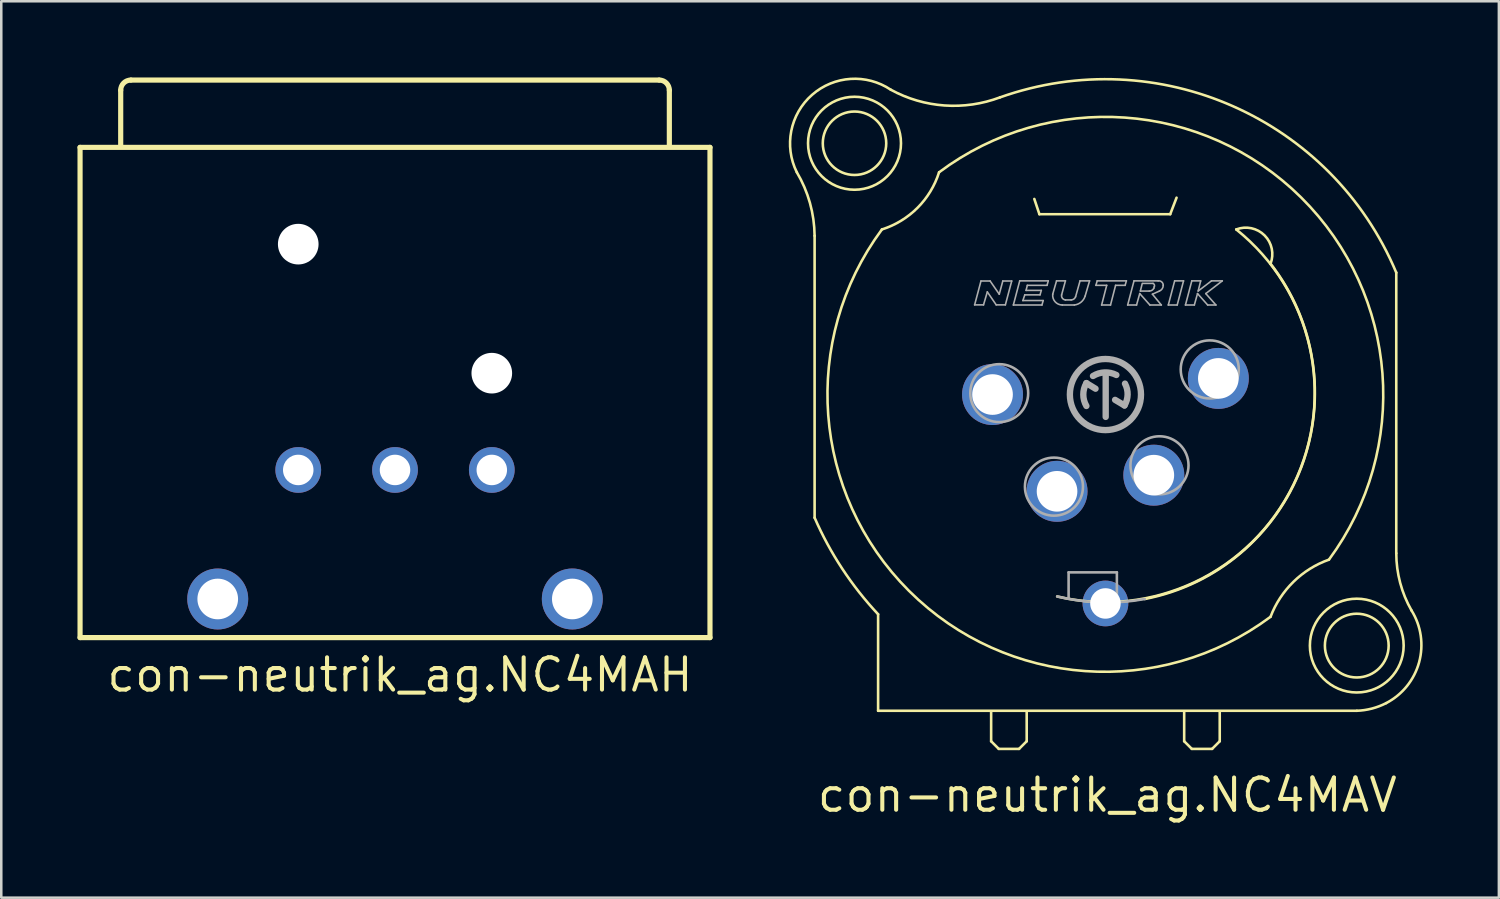
<source format=kicad_pcb>
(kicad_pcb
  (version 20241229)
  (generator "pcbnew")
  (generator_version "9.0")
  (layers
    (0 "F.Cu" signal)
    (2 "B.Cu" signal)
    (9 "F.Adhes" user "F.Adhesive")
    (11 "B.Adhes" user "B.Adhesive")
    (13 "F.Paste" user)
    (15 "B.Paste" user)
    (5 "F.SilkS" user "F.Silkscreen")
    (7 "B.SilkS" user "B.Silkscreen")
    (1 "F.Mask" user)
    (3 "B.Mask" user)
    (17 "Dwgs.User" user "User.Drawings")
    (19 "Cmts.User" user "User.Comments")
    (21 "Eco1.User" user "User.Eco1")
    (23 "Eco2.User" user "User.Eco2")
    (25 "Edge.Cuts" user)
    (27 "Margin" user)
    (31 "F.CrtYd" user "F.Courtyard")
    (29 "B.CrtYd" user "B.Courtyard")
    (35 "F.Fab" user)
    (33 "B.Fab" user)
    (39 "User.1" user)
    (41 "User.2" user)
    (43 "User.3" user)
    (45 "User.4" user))
  (footprint "con-neutrik_ag.NC4MAV"
    (layer "F.Cu")
    (at 40.471 12.483)
    (property "Reference" "con-neutrik_ag.NC4MAV" (at -11.43 16.51 0) (layer "F.SilkS") (effects (font (size 1.27 1.27) (thickness 0.16)) (justify left bottom)))
    (attr through_hole)
    (fp_line (start -11.45 -6.25) (end -11.45 4.85) (stroke (width 0.102) (type default)) (layer "F.SilkS"))
    (fp_line (start -8.95 8.65) (end -8.95 12.45) (stroke (width 0.102) (type default)) (layer "F.SilkS"))
    (fp_line (start -8.95 12.45) (end 9.9 12.45) (stroke (width 0.102) (type default)) (layer "F.SilkS"))
    (fp_line (start -4.5 12.5) (end -4.5 13.65) (stroke (width 0.102) (type default)) (layer "F.SilkS"))
    (fp_line (start -4.5 13.65) (end -4.2 13.95) (stroke (width 0.102) (type default)) (layer "F.SilkS"))
    (fp_line (start -4.2 13.95) (end -3.4 13.95) (stroke (width 0.102) (type default)) (layer "F.SilkS"))
    (fp_line (start -3.4 13.95) (end -3.1 13.65) (stroke (width 0.102) (type default)) (layer "F.SilkS"))
    (fp_line (start -3.1 13.65) (end -3.1 12.5) (stroke (width 0.102) (type default)) (layer "F.SilkS"))
    (fp_line (start -2.8 -7.7) (end -2.6 -7.1) (stroke (width 0.102) (type default)) (layer "F.SilkS"))
    (fp_line (start -2.6 -7.1) (end 2.55 -7.1) (stroke (width 0.102) (type default)) (layer "F.SilkS"))
    (fp_line (start 2.55 -7.1) (end 2.8 -7.75) (stroke (width 0.102) (type default)) (layer "F.SilkS"))
    (fp_line (start 3.1 12.5) (end 3.1 13.65) (stroke (width 0.102) (type default)) (layer "F.SilkS"))
    (fp_line (start 3.1 13.65) (end 3.4 13.95) (stroke (width 0.102) (type default)) (layer "F.SilkS"))
    (fp_line (start 3.4 13.95) (end 4.2 13.95) (stroke (width 0.102) (type default)) (layer "F.SilkS"))
    (fp_line (start 4.2 13.95) (end 4.5 13.65) (stroke (width 0.102) (type default)) (layer "F.SilkS"))
    (fp_line (start 4.5 13.65) (end 4.5 12.5) (stroke (width 0.102) (type default)) (layer "F.SilkS"))
    (fp_line (start 11.45 6.25) (end 11.45 -4.8) (stroke (width 0.102) (type default)) (layer "F.SilkS"))
    (fp_arc (start -12.15 -8.75) (mid -11.634641 -7.5463) (end -11.45 -6.25) (stroke (width 0.1016) (type default)) (layer "F.SilkS"))
    (fp_arc (start -12.15 -8.75) (mid -11.550563 -11.798718) (end -8.45 -12) (stroke (width 0.1016) (type default)) (layer "F.SilkS"))
    (fp_arc (start -8.95 8.65) (mid -10.362445 6.856872) (end -11.45 4.85) (stroke (width 0.1016) (type default)) (layer "F.SilkS"))
    (fp_arc (start -6.55 -8.75) (mid -7.399996 -7.349996) (end -8.8 -6.5) (stroke (width 0.1016) (type default)) (layer "F.SilkS"))
    (fp_arc (start -6.55 -8.75) (mid 7.709647 -7.752825) (end 8.8 6.5) (stroke (width 0.1016) (type default)) (layer "F.SilkS"))
    (fp_arc (start -4.15 -11.7) (mid -6.332781 -11.380141) (end -8.45 -12) (stroke (width 0.1016) (type default)) (layer "F.SilkS"))
    (fp_arc (start -4.15 -11.7) (mid 5.021613 -11.351038) (end 11.45 -4.8) (stroke (width 0.1016) (type default)) (layer "F.SilkS"))
    (fp_arc (start 5.15 -6.5) (mid 7.405722 3.545352) (end -1.9 7.95) (stroke (width 0.1016) (type default)) (layer "F.SilkS"))
    (fp_arc (start 5.15 -6.5) (mid 6.265153 -6.265153) (end 6.5 -5.15) (stroke (width 0.1016) (type default)) (layer "F.SilkS"))
    (fp_arc (start 6.5 -5.15) (mid 7.719786 2.835545) (end 1.55 8.05) (stroke (width 0.1016) (type default)) (layer "F.SilkS"))
    (fp_arc (start 6.5 8.75) (mid -7.733301 7.729886) (end -8.8 -6.5) (stroke (width 0.1016) (type default)) (layer "F.SilkS"))
    (fp_arc (start 6.5 8.75) (mid 7.402461 7.37196) (end 8.8 6.5) (stroke (width 0.1016) (type default)) (layer "F.SilkS"))
    (fp_arc (start 11.05 12.15) (mid 10.491533 12.363377) (end 9.9 12.45) (stroke (width 0.1016) (type default)) (layer "F.SilkS"))
    (fp_arc (start 12.05 8.5) (mid 12.348211 10.543688) (end 11.05 12.15) (stroke (width 0.1016) (type default)) (layer "F.SilkS"))
    (fp_arc (start 12.05 8.5) (mid 11.603713 7.41401) (end 11.45 6.25) (stroke (width 0.1016) (type default)) (layer "F.SilkS"))
    (fp_circle (center -9.879 -9.893) (end -8.63 -9.893) (stroke (width 0.102) (type default)) (fill no) (layer "F.SilkS"))
    (fp_circle (center -9.879 -9.893) (end -8.049 -9.893) (stroke (width 0.102) (type default)) (fill no) (layer "F.SilkS"))
    (fp_circle (center 9.895 9.884) (end 11.15 9.884) (stroke (width 0.102) (type default)) (fill no) (layer "F.SilkS"))
    (fp_circle (center 9.895 9.884) (end 11.741 9.884) (stroke (width 0.102) (type default)) (fill no) (layer "F.SilkS"))
    (fp_line (start -5.15 -3.53) (end -4.9 -4.47) (stroke (width 0.063) (type default)) (layer "F.Fab"))
    (fp_line (start -4.9 -4.47) (end -4.54 -4.47) (stroke (width 0.063) (type default)) (layer "F.Fab"))
    (fp_line (start -4.8 -3.53) (end -5.15 -3.53) (stroke (width 0.063) (type default)) (layer "F.Fab"))
    (fp_line (start -4.65 -4.04) (end -4.8 -3.53) (stroke (width 0.063) (type default)) (layer "F.Fab"))
    (fp_line (start -4.54 -4.47) (end -4.18 -3.95) (stroke (width 0.063) (type default)) (layer "F.Fab"))
    (fp_line (start -4.3 -3.53) (end -4.65 -4.04) (stroke (width 0.063) (type default)) (layer "F.Fab"))
    (fp_line (start -4.18 -3.95) (end -4.04 -4.47) (stroke (width 0.063) (type default)) (layer "F.Fab"))
    (fp_line (start -4.04 -4.47) (end -3.69 -4.47) (stroke (width 0.063) (type default)) (layer "F.Fab"))
    (fp_line (start -3.94 -3.53) (end -4.3 -3.53) (stroke (width 0.063) (type default)) (layer "F.Fab"))
    (fp_line (start -3.69 -4.47) (end -3.94 -3.53) (stroke (width 0.063) (type default)) (layer "F.Fab"))
    (fp_line (start -3.625 -3.525) (end -3.375 -4.475) (stroke (width 0.063) (type default)) (layer "F.Fab"))
    (fp_line (start -3.375 -4.475) (end -2.25 -4.475) (stroke (width 0.063) (type default)) (layer "F.Fab"))
    (fp_line (start -3.25 -3.7) (end -2.45 -3.7) (stroke (width 0.063) (type default)) (layer "F.Fab"))
    (fp_line (start -3.175 -3.925) (end -3.25 -3.7) (stroke (width 0.063) (type default)) (layer "F.Fab"))
    (fp_line (start -3.125 -4.1) (end -2.525 -4.1) (stroke (width 0.063) (type default)) (layer "F.Fab"))
    (fp_line (start -3.075 -4.3) (end -3.125 -4.1) (stroke (width 0.063) (type default)) (layer "F.Fab"))
    (fp_line (start -2.575 -3.925) (end -3.175 -3.925) (stroke (width 0.063) (type default)) (layer "F.Fab"))
    (fp_line (start -2.525 -4.1) (end -2.575 -3.925) (stroke (width 0.063) (type default)) (layer "F.Fab"))
    (fp_line (start -2.5 -3.525) (end -3.625 -3.525) (stroke (width 0.063) (type default)) (layer "F.Fab"))
    (fp_line (start -2.45 -3.7) (end -2.5 -3.525) (stroke (width 0.063) (type default)) (layer "F.Fab"))
    (fp_line (start -2.3 -4.3) (end -3.075 -4.3) (stroke (width 0.063) (type default)) (layer "F.Fab"))
    (fp_line (start -2.25 -4.475) (end -2.3 -4.3) (stroke (width 0.063) (type default)) (layer "F.Fab"))
    (fp_line (start -2.075 -3.95) (end -1.925 -4.475) (stroke (width 0.063) (type default)) (layer "F.Fab"))
    (fp_line (start -1.925 -4.475) (end -1.575 -4.475) (stroke (width 0.063) (type default)) (layer "F.Fab"))
    (fp_line (start -1.575 -4.475) (end -1.725 -3.925) (stroke (width 0.063) (type default)) (layer "F.Fab"))
    (fp_line (start -1.575 -3.725) (end -1.35 -3.725) (stroke (width 0.063) (type default)) (layer "F.Fab"))
    (fp_line (start -1.45 7) (end 0.45 7) (stroke (width 0.102) (type default)) (layer "F.Fab"))
    (fp_line (start -1.45 8) (end -1.45 7) (stroke (width 0.102) (type default)) (layer "F.Fab"))
    (fp_line (start -1.225 -3.525) (end -1.7 -3.525) (stroke (width 0.063) (type default)) (layer "F.Fab"))
    (fp_line (start -1.175 -3.85) (end -1 -4.475) (stroke (width 0.063) (type default)) (layer "F.Fab"))
    (fp_line (start -1 -4.475) (end -0.625 -4.475) (stroke (width 0.063) (type default)) (layer "F.Fab"))
    (fp_line (start -0.75 -0.45) (end -0.39 -0.23) (stroke (width 0.25) (type default)) (layer "F.Fab"))
    (fp_line (start -0.625 -4.475) (end -0.8 -3.875) (stroke (width 0.063) (type default)) (layer "F.Fab"))
    (fp_line (start -0.375 -4.3) (end -0.325 -4.475) (stroke (width 0.063) (type default)) (layer "F.Fab"))
    (fp_line (start -0.325 -4.475) (end 0.825 -4.475) (stroke (width 0.063) (type default)) (layer "F.Fab"))
    (fp_line (start -0.15 -3.525) (end 0.05 -4.3) (stroke (width 0.063) (type default)) (layer "F.Fab"))
    (fp_line (start 0.01 0.88) (end 0.01 -0.78) (stroke (width 0.25) (type default)) (layer "F.Fab"))
    (fp_line (start 0.05 -4.3) (end -0.375 -4.3) (stroke (width 0.063) (type default)) (layer "F.Fab"))
    (fp_line (start 0.2 -3.525) (end -0.15 -3.525) (stroke (width 0.063) (type default)) (layer "F.Fab"))
    (fp_line (start 0.38 0.21) (end 0.75 0.43) (stroke (width 0.25) (type default)) (layer "F.Fab"))
    (fp_line (start 0.4 -4.3) (end 0.2 -3.525) (stroke (width 0.063) (type default)) (layer "F.Fab"))
    (fp_line (start 0.45 7) (end 0.45 8.15) (stroke (width 0.102) (type default)) (layer "F.Fab"))
    (fp_line (start 0.775 -4.3) (end 0.4 -4.3) (stroke (width 0.063) (type default)) (layer "F.Fab"))
    (fp_line (start 0.825 -4.475) (end 0.775 -4.3) (stroke (width 0.063) (type default)) (layer "F.Fab"))
    (fp_line (start 0.875 -3.525) (end 1.125 -4.475) (stroke (width 0.063) (type default)) (layer "F.Fab"))
    (fp_line (start 1.125 -4.475) (end 2.075 -4.475) (stroke (width 0.063) (type default)) (layer "F.Fab"))
    (fp_line (start 1.225 -3.525) (end 0.875 -3.525) (stroke (width 0.063) (type default)) (layer "F.Fab"))
    (fp_line (start 1.35 -3.975) (end 1.225 -3.525) (stroke (width 0.063) (type default)) (layer "F.Fab"))
    (fp_line (start 1.375 -4.075) (end 1.725 -4.075) (stroke (width 0.063) (type default)) (layer "F.Fab"))
    (fp_line (start 1.45 -4.375) (end 1.375 -4.075) (stroke (width 0.063) (type default)) (layer "F.Fab"))
    (fp_line (start 1.75 -3.525) (end 1.35 -3.975) (stroke (width 0.063) (type default)) (layer "F.Fab"))
    (fp_line (start 1.85 -3.95) (end 2.2 -3.525) (stroke (width 0.063) (type default)) (layer "F.Fab"))
    (fp_line (start 1.875 -4.375) (end 1.475 -4.375) (stroke (width 0.063) (type default)) (layer "F.Fab"))
    (fp_line (start 1.9 -4.175) (end 1.925 -4.25) (stroke (width 0.063) (type default)) (layer "F.Fab"))
    (fp_line (start 2.125 -4.075) (end 1.85 -3.95) (stroke (width 0.063) (type default)) (layer "F.Fab"))
    (fp_line (start 2.2 -3.525) (end 1.75 -3.525) (stroke (width 0.063) (type default)) (layer "F.Fab"))
    (fp_line (start 2.475 -3.525) (end 2.725 -4.475) (stroke (width 0.063) (type default)) (layer "F.Fab"))
    (fp_line (start 2.725 -4.475) (end 3.075 -4.475) (stroke (width 0.063) (type default)) (layer "F.Fab"))
    (fp_line (start 2.825 -3.525) (end 2.475 -3.525) (stroke (width 0.063) (type default)) (layer "F.Fab"))
    (fp_line (start 3.075 -4.475) (end 2.825 -3.525) (stroke (width 0.063) (type default)) (layer "F.Fab"))
    (fp_line (start 3.15 -3.525) (end 3.5 -3.525) (stroke (width 0.063) (type default)) (layer "F.Fab"))
    (fp_line (start 3.4 -4.475) (end 3.15 -3.525) (stroke (width 0.063) (type default)) (layer "F.Fab"))
    (fp_line (start 3.5 -3.525) (end 3.625 -3.975) (stroke (width 0.063) (type default)) (layer "F.Fab"))
    (fp_line (start 3.625 -3.975) (end 4.025 -3.525) (stroke (width 0.063) (type default)) (layer "F.Fab"))
    (fp_line (start 3.65 -4.075) (end 3.75 -4.475) (stroke (width 0.063) (type default)) (layer "F.Fab"))
    (fp_line (start 3.75 -4.475) (end 3.4 -4.475) (stroke (width 0.063) (type default)) (layer "F.Fab"))
    (fp_line (start 3.95 -3.975) (end 4.6 -4.475) (stroke (width 0.063) (type default)) (layer "F.Fab"))
    (fp_line (start 4.025 -3.525) (end 4.35 -3.525) (stroke (width 0.063) (type default)) (layer "F.Fab"))
    (fp_line (start 4.175 -4.475) (end 3.65 -4.075) (stroke (width 0.063) (type default)) (layer "F.Fab"))
    (fp_line (start 4.35 -3.525) (end 3.95 -3.975) (stroke (width 0.063) (type default)) (layer "F.Fab"))
    (fp_line (start 4.6 -4.475) (end 4.175 -4.475) (stroke (width 0.063) (type default)) (layer "F.Fab"))
    (fp_arc (start -1.7 -3.525) (mid -1.982521 -3.653658) (end -2.075 -3.95) (stroke (width 0.0634) (type default)) (layer "F.Fab"))
    (fp_arc (start -1.575 -3.725) (mid -1.69424 -3.79182) (end -1.725 -3.925) (stroke (width 0.0634) (type default)) (layer "F.Fab"))
    (fp_arc (start -1.175 -3.85) (mid -1.243066 -3.760293) (end -1.35 -3.725) (stroke (width 0.0634) (type default)) (layer "F.Fab"))
    (fp_arc (start -0.8 -3.875) (mid -0.960299 -3.636613) (end -1.225 -3.525) (stroke (width 0.0634) (type default)) (layer "F.Fab"))
    (fp_arc (start -0.75 0.45) (mid -0.871403 0) (end -0.75 -0.45) (stroke (width 0.25) (type default)) (layer "F.Fab"))
    (fp_arc (start -0.49 -0.73) (mid -0.035246 -0.870662) (end 0.43 -0.77) (stroke (width 0.25) (type default)) (layer "F.Fab"))
    (fp_arc (start 0.77 -0.43) (mid 0.873225 0.002633) (end 0.75 0.43) (stroke (width 0.25) (type default)) (layer "F.Fab"))
    (fp_arc (start 1.55 8.05) (mid -0.180258 8.181418) (end -1.9 7.95) (stroke (width 0.1016) (type default)) (layer "F.Fab"))
    (fp_arc (start 1.875 -4.375) (mid 1.925888 -4.322855) (end 1.925 -4.25) (stroke (width 0.0634) (type default)) (layer "F.Fab"))
    (fp_arc (start 1.9 -4.175) (mid 1.82636 -4.100745) (end 1.725 -4.075) (stroke (width 0.0634) (type default)) (layer "F.Fab"))
    (fp_arc (start 2.075 -4.475) (mid 2.215618 -4.433921) (end 2.275 -4.3) (stroke (width 0.0634) (type default)) (layer "F.Fab"))
    (fp_arc (start 2.275 -4.3) (mid 2.235142 -4.164072) (end 2.125 -4.075) (stroke (width 0.0634) (type default)) (layer "F.Fab"))
    (fp_circle (center -4.181 -0.056) (end -3.041 -0.056) (stroke (width 0.102) (type default)) (fill no) (layer "F.Fab"))
    (fp_circle (center -2.027 3.626) (end -0.884 3.626) (stroke (width 0.102) (type default)) (fill no) (layer "F.Fab"))
    (fp_circle (center 0 0) (end 1.4 0) (stroke (width 0.25) (type default)) (fill no) (layer "F.Fab"))
    (fp_circle (center 2.128 2.786) (end 3.271 2.786) (stroke (width 0.102) (type default)) (fill no) (layer "F.Fab"))
    (fp_circle (center 4.107 -0.989) (end 5.25 -0.989) (stroke (width 0.102) (type default)) (fill no) (layer "F.Fab"))
    (pad "1" thru_hole circle (at -4.445 0) (size 2.4 2.4) (drill 1.6) (layers "*.Cu" "*.Mask"))
    (pad "2" thru_hole circle (at -1.905 3.81) (size 2.4 2.4) (drill 1.6) (layers "*.Cu" "*.Mask"))
    (pad "3" thru_hole circle (at 1.905 3.175) (size 2.4 2.4) (drill 1.6) (layers "*.Cu" "*.Mask"))
    (pad "4" thru_hole circle (at 4.445 -0.635) (size 2.4 2.4) (drill 1.6) (layers "*.Cu" "*.Mask"))
    (pad "G" thru_hole circle (at 0 8.225) (size 1.8 1.8) (drill 1.2) (layers "*.Cu" "*.Mask")))
  (footprint "con-neutrik_ag.NC4MAH"
    (layer "F.Cu")
    (at 12.502 20.452)
    (property "Reference" "con-neutrik_ag.NC4MAH" (at -11.43 3.81 0) (layer "F.SilkS") (effects (font (size 1.27 1.27) (thickness 0.16)) (justify left bottom)))
    (attr through_hole)
    (fp_line (start -12.4 -17.7) (end 12.4 -17.7) (stroke (width 0.203) (type default)) (layer "F.SilkS"))
    (fp_line (start -12.4 1.6) (end -12.4 -17.7) (stroke (width 0.203) (type default)) (layer "F.SilkS"))
    (fp_line (start -10.8 -17.8) (end -10.8 -19.95) (stroke (width 0.203) (type default)) (layer "F.SilkS"))
    (fp_line (start -10.4 -20.35) (end 10.4 -20.35) (stroke (width 0.203) (type default)) (layer "F.SilkS"))
    (fp_line (start 10.8 -19.95) (end 10.8 -17.8) (stroke (width 0.203) (type default)) (layer "F.SilkS"))
    (fp_line (start 12.4 -17.7) (end 12.4 1.6) (stroke (width 0.203) (type default)) (layer "F.SilkS"))
    (fp_line (start 12.4 1.6) (end -12.4 1.6) (stroke (width 0.203) (type default)) (layer "F.SilkS"))
    (fp_arc (start -10.8 -19.95) (mid -10.682843 -20.232843) (end -10.4 -20.35) (stroke (width 0.2032) (type default)) (layer "F.SilkS"))
    (fp_arc (start 10.4 -20.35) (mid 10.682843 -20.232843) (end 10.8 -19.95) (stroke (width 0.2032) (type default)) (layer "F.SilkS"))
    (pad "" np_thru_hole circle (at -3.81 -13.89) (size 1.6 1.6) (drill 1.6) (layers "*.Cu" "*.Mask"))
    (pad "" np_thru_hole circle (at 3.81 -8.81) (size 1.6 1.6) (drill 1.6) (layers "*.Cu" "*.Mask"))
    (pad "1" thru_hole circle (at 6.98 0.08) (size 2.4 2.4) (drill 1.6) (layers "*.Cu" "*.Mask"))
    (pad "2" thru_hole circle (at 3.81 -5) (size 1.8 1.8) (drill 1.2) (layers "*.Cu" "*.Mask"))
    (pad "3" thru_hole circle (at -3.81 -5) (size 1.8 1.8) (drill 1.2) (layers "*.Cu" "*.Mask"))
    (pad "4" thru_hole circle (at -6.98 0.08) (size 2.4 2.4) (drill 1.6) (layers "*.Cu" "*.Mask"))
    (pad "G" thru_hole circle (at 0 -5) (size 1.8 1.8) (drill 1.2) (layers "*.Cu" "*.Mask")))
  (gr_rect
    (start -3 -3)
    (end 55.961 32.29)
    (stroke (width 0.1) (type default))
    (fill no)
    (layer "Edge.Cuts")))
</source>
